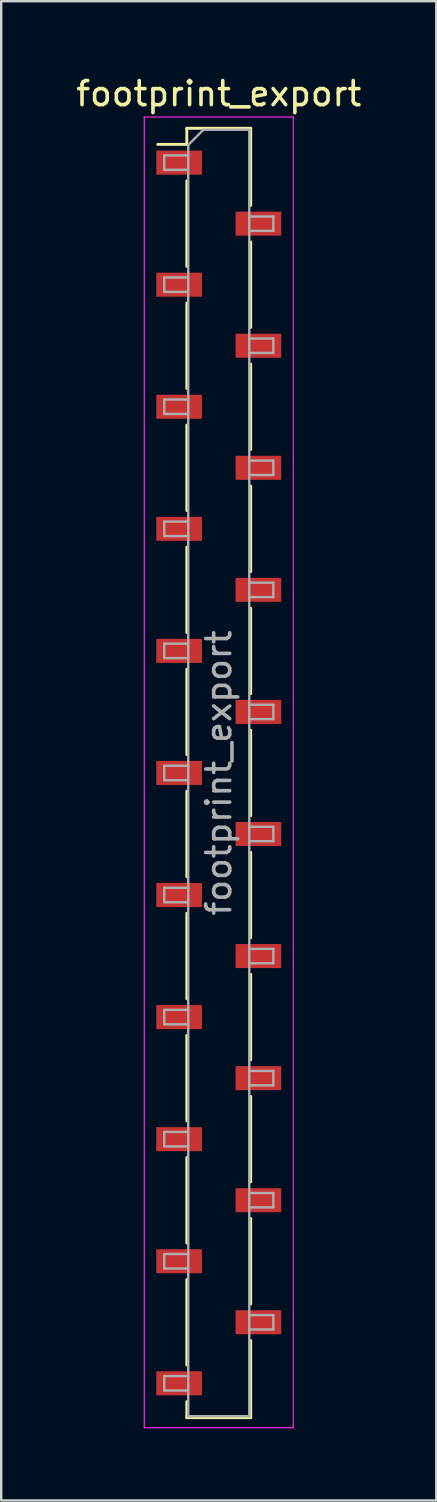
<source format=kicad_pcb>
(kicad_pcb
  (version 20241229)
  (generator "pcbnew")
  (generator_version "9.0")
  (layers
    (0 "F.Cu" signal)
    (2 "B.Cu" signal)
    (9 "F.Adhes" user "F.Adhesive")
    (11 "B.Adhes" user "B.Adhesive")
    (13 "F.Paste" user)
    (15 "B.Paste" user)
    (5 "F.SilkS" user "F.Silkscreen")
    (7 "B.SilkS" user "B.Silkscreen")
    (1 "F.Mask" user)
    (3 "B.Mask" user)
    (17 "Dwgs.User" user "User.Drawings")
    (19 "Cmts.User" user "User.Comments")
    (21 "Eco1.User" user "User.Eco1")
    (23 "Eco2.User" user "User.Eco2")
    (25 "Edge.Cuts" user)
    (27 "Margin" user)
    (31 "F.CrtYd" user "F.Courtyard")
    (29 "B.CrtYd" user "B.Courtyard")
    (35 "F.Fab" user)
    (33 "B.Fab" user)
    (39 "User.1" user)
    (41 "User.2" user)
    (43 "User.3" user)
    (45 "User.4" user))
  (footprint "footprint_export"
    (layer "F.Cu")
    (at 6.054 29.118)
    (property "Reference" "footprint_export" (at 0 -28.27 0) (layer "F.SilkS") (effects (font (size 1 1) (thickness 0.15))))
    (attr smd)
    (fp_line (start -2.54 -26.16) (end -1.33 -26.16) (stroke (width 0.12) (type solid)) (layer "F.SilkS"))
    (fp_line (start -1.33 -26.83) (end -1.33 -26.16) (stroke (width 0.12) (type solid)) (layer "F.SilkS"))
    (fp_line (start -1.33 -26.83) (end 1.33 -26.83) (stroke (width 0.12) (type solid)) (layer "F.SilkS"))
    (fp_line (start -1.33 -24.64) (end -1.33 -21.08) (stroke (width 0.12) (type solid)) (layer "F.SilkS"))
    (fp_line (start -1.33 -19.56) (end -1.33 -16) (stroke (width 0.12) (type solid)) (layer "F.SilkS"))
    (fp_line (start -1.33 -14.48) (end -1.33 -10.92) (stroke (width 0.12) (type solid)) (layer "F.SilkS"))
    (fp_line (start -1.33 -9.4) (end -1.33 -5.84) (stroke (width 0.12) (type solid)) (layer "F.SilkS"))
    (fp_line (start -1.33 -4.32) (end -1.33 -0.76) (stroke (width 0.12) (type solid)) (layer "F.SilkS"))
    (fp_line (start -1.33 0.76) (end -1.33 4.32) (stroke (width 0.12) (type solid)) (layer "F.SilkS"))
    (fp_line (start -1.33 5.84) (end -1.33 9.4) (stroke (width 0.12) (type solid)) (layer "F.SilkS"))
    (fp_line (start -1.33 10.92) (end -1.33 14.48) (stroke (width 0.12) (type solid)) (layer "F.SilkS"))
    (fp_line (start -1.33 16) (end -1.33 19.56) (stroke (width 0.12) (type solid)) (layer "F.SilkS"))
    (fp_line (start -1.33 21.08) (end -1.33 24.64) (stroke (width 0.12) (type solid)) (layer "F.SilkS"))
    (fp_line (start -1.33 26.16) (end -1.33 26.83) (stroke (width 0.12) (type solid)) (layer "F.SilkS"))
    (fp_line (start -1.33 26.83) (end 1.33 26.83) (stroke (width 0.12) (type solid)) (layer "F.SilkS"))
    (fp_line (start 1.33 -26.83) (end 1.33 -23.62) (stroke (width 0.12) (type solid)) (layer "F.SilkS"))
    (fp_line (start 1.33 -22.1) (end 1.33 -18.54) (stroke (width 0.12) (type solid)) (layer "F.SilkS"))
    (fp_line (start 1.33 -17.02) (end 1.33 -13.46) (stroke (width 0.12) (type solid)) (layer "F.SilkS"))
    (fp_line (start 1.33 -11.94) (end 1.33 -8.38) (stroke (width 0.12) (type solid)) (layer "F.SilkS"))
    (fp_line (start 1.33 -6.86) (end 1.33 -3.3) (stroke (width 0.12) (type solid)) (layer "F.SilkS"))
    (fp_line (start 1.33 -1.78) (end 1.33 1.78) (stroke (width 0.12) (type solid)) (layer "F.SilkS"))
    (fp_line (start 1.33 3.3) (end 1.33 6.86) (stroke (width 0.12) (type solid)) (layer "F.SilkS"))
    (fp_line (start 1.33 8.38) (end 1.33 11.94) (stroke (width 0.12) (type solid)) (layer "F.SilkS"))
    (fp_line (start 1.33 13.46) (end 1.33 17.02) (stroke (width 0.12) (type solid)) (layer "F.SilkS"))
    (fp_line (start 1.33 18.54) (end 1.33 22.1) (stroke (width 0.12) (type solid)) (layer "F.SilkS"))
    (fp_line (start 1.33 23.62) (end 1.33 26.83) (stroke (width 0.12) (type solid)) (layer "F.SilkS"))
    (fp_line (start -3.1 -27.3) (end 3.1 -27.3) (stroke (width 0.05) (type solid)) (layer "F.CrtYd"))
    (fp_line (start -3.1 27.25) (end -3.1 -27.3) (stroke (width 0.05) (type solid)) (layer "F.CrtYd"))
    (fp_line (start 3.1 -27.3) (end 3.1 27.25) (stroke (width 0.05) (type solid)) (layer "F.CrtYd"))
    (fp_line (start 3.1 27.25) (end -3.1 27.25) (stroke (width 0.05) (type solid)) (layer "F.CrtYd"))
    (fp_line (start -2.27 -25.7) (end -1.27 -25.7) (stroke (width 0.1) (type solid)) (layer "F.Fab"))
    (fp_line (start -2.27 -25.1) (end -2.27 -25.7) (stroke (width 0.1) (type solid)) (layer "F.Fab"))
    (fp_line (start -2.27 -20.62) (end -1.27 -20.62) (stroke (width 0.1) (type solid)) (layer "F.Fab"))
    (fp_line (start -2.27 -20.02) (end -2.27 -20.62) (stroke (width 0.1) (type solid)) (layer "F.Fab"))
    (fp_line (start -2.27 -15.54) (end -1.27 -15.54) (stroke (width 0.1) (type solid)) (layer "F.Fab"))
    (fp_line (start -2.27 -14.94) (end -2.27 -15.54) (stroke (width 0.1) (type solid)) (layer "F.Fab"))
    (fp_line (start -2.27 -10.46) (end -1.27 -10.46) (stroke (width 0.1) (type solid)) (layer "F.Fab"))
    (fp_line (start -2.27 -9.86) (end -2.27 -10.46) (stroke (width 0.1) (type solid)) (layer "F.Fab"))
    (fp_line (start -2.27 -5.38) (end -1.27 -5.38) (stroke (width 0.1) (type solid)) (layer "F.Fab"))
    (fp_line (start -2.27 -4.78) (end -2.27 -5.38) (stroke (width 0.1) (type solid)) (layer "F.Fab"))
    (fp_line (start -2.27 -0.3) (end -1.27 -0.3) (stroke (width 0.1) (type solid)) (layer "F.Fab"))
    (fp_line (start -2.27 0.3) (end -2.27 -0.3) (stroke (width 0.1) (type solid)) (layer "F.Fab"))
    (fp_line (start -2.27 4.78) (end -1.27 4.78) (stroke (width 0.1) (type solid)) (layer "F.Fab"))
    (fp_line (start -2.27 5.38) (end -2.27 4.78) (stroke (width 0.1) (type solid)) (layer "F.Fab"))
    (fp_line (start -2.27 9.86) (end -1.27 9.86) (stroke (width 0.1) (type solid)) (layer "F.Fab"))
    (fp_line (start -2.27 10.46) (end -2.27 9.86) (stroke (width 0.1) (type solid)) (layer "F.Fab"))
    (fp_line (start -2.27 14.94) (end -1.27 14.94) (stroke (width 0.1) (type solid)) (layer "F.Fab"))
    (fp_line (start -2.27 15.54) (end -2.27 14.94) (stroke (width 0.1) (type solid)) (layer "F.Fab"))
    (fp_line (start -2.27 20.02) (end -1.27 20.02) (stroke (width 0.1) (type solid)) (layer "F.Fab"))
    (fp_line (start -2.27 20.62) (end -2.27 20.02) (stroke (width 0.1) (type solid)) (layer "F.Fab"))
    (fp_line (start -2.27 25.1) (end -1.27 25.1) (stroke (width 0.1) (type solid)) (layer "F.Fab"))
    (fp_line (start -2.27 25.7) (end -2.27 25.1) (stroke (width 0.1) (type solid)) (layer "F.Fab"))
    (fp_line (start -1.27 -26.135) (end -0.635 -26.77) (stroke (width 0.1) (type solid)) (layer "F.Fab"))
    (fp_line (start -1.27 -25.1) (end -2.27 -25.1) (stroke (width 0.1) (type solid)) (layer "F.Fab"))
    (fp_line (start -1.27 -20.02) (end -2.27 -20.02) (stroke (width 0.1) (type solid)) (layer "F.Fab"))
    (fp_line (start -1.27 -14.94) (end -2.27 -14.94) (stroke (width 0.1) (type solid)) (layer "F.Fab"))
    (fp_line (start -1.27 -9.86) (end -2.27 -9.86) (stroke (width 0.1) (type solid)) (layer "F.Fab"))
    (fp_line (start -1.27 -4.78) (end -2.27 -4.78) (stroke (width 0.1) (type solid)) (layer "F.Fab"))
    (fp_line (start -1.27 0.3) (end -2.27 0.3) (stroke (width 0.1) (type solid)) (layer "F.Fab"))
    (fp_line (start -1.27 5.38) (end -2.27 5.38) (stroke (width 0.1) (type solid)) (layer "F.Fab"))
    (fp_line (start -1.27 10.46) (end -2.27 10.46) (stroke (width 0.1) (type solid)) (layer "F.Fab"))
    (fp_line (start -1.27 15.54) (end -2.27 15.54) (stroke (width 0.1) (type solid)) (layer "F.Fab"))
    (fp_line (start -1.27 20.62) (end -2.27 20.62) (stroke (width 0.1) (type solid)) (layer "F.Fab"))
    (fp_line (start -1.27 25.7) (end -2.27 25.7) (stroke (width 0.1) (type solid)) (layer "F.Fab"))
    (fp_line (start -1.27 26.77) (end -1.27 -26.135) (stroke (width 0.1) (type solid)) (layer "F.Fab"))
    (fp_line (start -0.635 -26.77) (end 1.27 -26.77) (stroke (width 0.1) (type solid)) (layer "F.Fab"))
    (fp_line (start 1.27 -26.77) (end 1.27 26.77) (stroke (width 0.1) (type solid)) (layer "F.Fab"))
    (fp_line (start 1.27 -23.16) (end 2.27 -23.16) (stroke (width 0.1) (type solid)) (layer "F.Fab"))
    (fp_line (start 1.27 -18.08) (end 2.27 -18.08) (stroke (width 0.1) (type solid)) (layer "F.Fab"))
    (fp_line (start 1.27 -13) (end 2.27 -13) (stroke (width 0.1) (type solid)) (layer "F.Fab"))
    (fp_line (start 1.27 -7.92) (end 2.27 -7.92) (stroke (width 0.1) (type solid)) (layer "F.Fab"))
    (fp_line (start 1.27 -2.84) (end 2.27 -2.84) (stroke (width 0.1) (type solid)) (layer "F.Fab"))
    (fp_line (start 1.27 2.24) (end 2.27 2.24) (stroke (width 0.1) (type solid)) (layer "F.Fab"))
    (fp_line (start 1.27 7.32) (end 2.27 7.32) (stroke (width 0.1) (type solid)) (layer "F.Fab"))
    (fp_line (start 1.27 12.4) (end 2.27 12.4) (stroke (width 0.1) (type solid)) (layer "F.Fab"))
    (fp_line (start 1.27 17.48) (end 2.27 17.48) (stroke (width 0.1) (type solid)) (layer "F.Fab"))
    (fp_line (start 1.27 22.56) (end 2.27 22.56) (stroke (width 0.1) (type solid)) (layer "F.Fab"))
    (fp_line (start 1.27 26.77) (end -1.27 26.77) (stroke (width 0.1) (type solid)) (layer "F.Fab"))
    (fp_line (start 2.27 -23.16) (end 2.27 -22.56) (stroke (width 0.1) (type solid)) (layer "F.Fab"))
    (fp_line (start 2.27 -22.56) (end 1.27 -22.56) (stroke (width 0.1) (type solid)) (layer "F.Fab"))
    (fp_line (start 2.27 -18.08) (end 2.27 -17.48) (stroke (width 0.1) (type solid)) (layer "F.Fab"))
    (fp_line (start 2.27 -17.48) (end 1.27 -17.48) (stroke (width 0.1) (type solid)) (layer "F.Fab"))
    (fp_line (start 2.27 -13) (end 2.27 -12.4) (stroke (width 0.1) (type solid)) (layer "F.Fab"))
    (fp_line (start 2.27 -12.4) (end 1.27 -12.4) (stroke (width 0.1) (type solid)) (layer "F.Fab"))
    (fp_line (start 2.27 -7.92) (end 2.27 -7.32) (stroke (width 0.1) (type solid)) (layer "F.Fab"))
    (fp_line (start 2.27 -7.32) (end 1.27 -7.32) (stroke (width 0.1) (type solid)) (layer "F.Fab"))
    (fp_line (start 2.27 -2.84) (end 2.27 -2.24) (stroke (width 0.1) (type solid)) (layer "F.Fab"))
    (fp_line (start 2.27 -2.24) (end 1.27 -2.24) (stroke (width 0.1) (type solid)) (layer "F.Fab"))
    (fp_line (start 2.27 2.24) (end 2.27 2.84) (stroke (width 0.1) (type solid)) (layer "F.Fab"))
    (fp_line (start 2.27 2.84) (end 1.27 2.84) (stroke (width 0.1) (type solid)) (layer "F.Fab"))
    (fp_line (start 2.27 7.32) (end 2.27 7.92) (stroke (width 0.1) (type solid)) (layer "F.Fab"))
    (fp_line (start 2.27 7.92) (end 1.27 7.92) (stroke (width 0.1) (type solid)) (layer "F.Fab"))
    (fp_line (start 2.27 12.4) (end 2.27 13) (stroke (width 0.1) (type solid)) (layer "F.Fab"))
    (fp_line (start 2.27 13) (end 1.27 13) (stroke (width 0.1) (type solid)) (layer "F.Fab"))
    (fp_line (start 2.27 17.48) (end 2.27 18.08) (stroke (width 0.1) (type solid)) (layer "F.Fab"))
    (fp_line (start 2.27 18.08) (end 1.27 18.08) (stroke (width 0.1) (type solid)) (layer "F.Fab"))
    (fp_line (start 2.27 22.56) (end 2.27 23.16) (stroke (width 0.1) (type solid)) (layer "F.Fab"))
    (fp_line (start 2.27 23.16) (end 1.27 23.16) (stroke (width 0.1) (type solid)) (layer "F.Fab"))
    (fp_text user "${REFERENCE}" (at 0 0 90) (layer "F.Fab") (effects (font (size 1 1) (thickness 0.15))))
    (pad "1" smd rect (at -1.65 -25.4) (size 1.9 1) (layers "F.Cu" "F.Mask" "F.Paste"))
    (pad "2" smd rect (at 1.65 -22.86) (size 1.9 1) (layers "F.Cu" "F.Mask" "F.Paste"))
    (pad "3" smd rect (at -1.65 -20.32) (size 1.9 1) (layers "F.Cu" "F.Mask" "F.Paste"))
    (pad "4" smd rect (at 1.65 -17.78) (size 1.9 1) (layers "F.Cu" "F.Mask" "F.Paste"))
    (pad "5" smd rect (at -1.65 -15.24) (size 1.9 1) (layers "F.Cu" "F.Mask" "F.Paste"))
    (pad "6" smd rect (at 1.65 -12.7) (size 1.9 1) (layers "F.Cu" "F.Mask" "F.Paste"))
    (pad "7" smd rect (at -1.65 -10.16) (size 1.9 1) (layers "F.Cu" "F.Mask" "F.Paste"))
    (pad "8" smd rect (at 1.65 -7.62) (size 1.9 1) (layers "F.Cu" "F.Mask" "F.Paste"))
    (pad "9" smd rect (at -1.65 -5.08) (size 1.9 1) (layers "F.Cu" "F.Mask" "F.Paste"))
    (pad "10" smd rect (at 1.65 -2.54) (size 1.9 1) (layers "F.Cu" "F.Mask" "F.Paste"))
    (pad "11" smd rect (at -1.65 0) (size 1.9 1) (layers "F.Cu" "F.Mask" "F.Paste"))
    (pad "12" smd rect (at 1.65 2.54) (size 1.9 1) (layers "F.Cu" "F.Mask" "F.Paste"))
    (pad "13" smd rect (at -1.65 5.08) (size 1.9 1) (layers "F.Cu" "F.Mask" "F.Paste"))
    (pad "14" smd rect (at 1.65 7.62) (size 1.9 1) (layers "F.Cu" "F.Mask" "F.Paste"))
    (pad "15" smd rect (at -1.65 10.16) (size 1.9 1) (layers "F.Cu" "F.Mask" "F.Paste"))
    (pad "16" smd rect (at 1.65 12.7) (size 1.9 1) (layers "F.Cu" "F.Mask" "F.Paste"))
    (pad "17" smd rect (at -1.65 15.24) (size 1.9 1) (layers "F.Cu" "F.Mask" "F.Paste"))
    (pad "18" smd rect (at 1.65 17.78) (size 1.9 1) (layers "F.Cu" "F.Mask" "F.Paste"))
    (pad "19" smd rect (at -1.65 20.32) (size 1.9 1) (layers "F.Cu" "F.Mask" "F.Paste"))
    (pad "20" smd rect (at 1.65 22.86) (size 1.9 1) (layers "F.Cu" "F.Mask" "F.Paste"))
    (pad "21" smd rect (at -1.65 25.4) (size 1.9 1) (layers "F.Cu" "F.Mask" "F.Paste")))
  (gr_rect
    (start -3 -3)
    (end 15.107 59.393)
    (stroke (width 0.1) (type default))
    (fill no)
    (layer "Edge.Cuts")))
</source>
